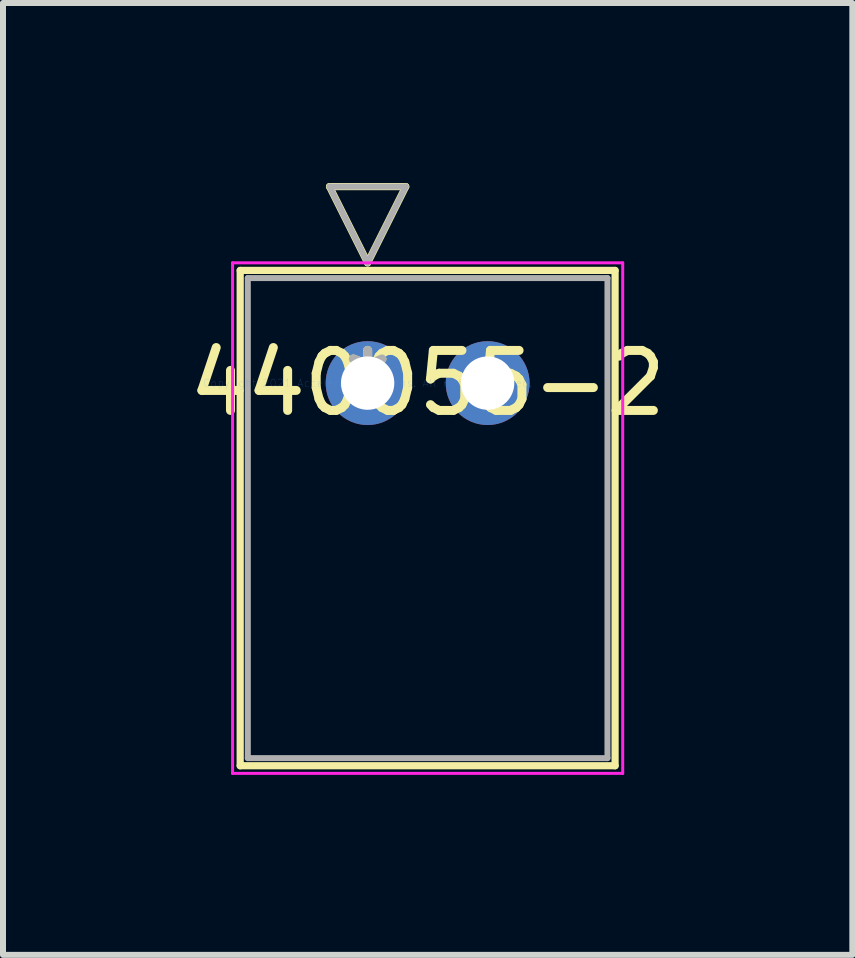
<source format=kicad_pcb>
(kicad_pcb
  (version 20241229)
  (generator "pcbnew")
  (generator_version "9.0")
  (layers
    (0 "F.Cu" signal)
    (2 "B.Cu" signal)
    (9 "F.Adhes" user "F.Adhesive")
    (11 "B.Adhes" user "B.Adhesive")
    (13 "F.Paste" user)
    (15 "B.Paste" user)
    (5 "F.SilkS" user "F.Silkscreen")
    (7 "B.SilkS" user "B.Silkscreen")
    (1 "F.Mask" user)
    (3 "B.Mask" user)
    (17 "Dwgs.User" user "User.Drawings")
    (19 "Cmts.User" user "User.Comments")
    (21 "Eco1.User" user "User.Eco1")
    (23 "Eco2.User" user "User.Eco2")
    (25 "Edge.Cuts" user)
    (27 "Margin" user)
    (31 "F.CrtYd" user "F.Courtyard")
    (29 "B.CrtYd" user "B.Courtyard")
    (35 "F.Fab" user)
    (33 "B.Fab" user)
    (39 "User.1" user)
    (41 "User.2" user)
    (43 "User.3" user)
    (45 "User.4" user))
  (footprint "440055-2"
    (layer "F.Cu")
    (at 3.077 3.335)
    (property "Reference" "440055-2" (at 1 0 0) (layer "F.SilkS") (effects (font (size 1 1) (thickness 0.15))))
    (attr through_hole)
    (fp_line (start -2.124 -1.878) (end -2.124 6.377) (stroke (width 0.12) (type solid)) (layer "F.SilkS"))
    (fp_line (start -2.124 6.377) (end 4.124 6.377) (stroke (width 0.12) (type solid)) (layer "F.SilkS"))
    (fp_line (start -0.635 -3.275) (end 0.635 -3.275) (stroke (width 0.12) (type solid)) (layer "F.SilkS"))
    (fp_line (start 0 -2.005) (end -0.635 -3.275) (stroke (width 0.12) (type solid)) (layer "F.SilkS"))
    (fp_line (start 0.635 -3.275) (end 0 -2.005) (stroke (width 0.12) (type solid)) (layer "F.SilkS"))
    (fp_line (start 4.124 -1.878) (end -2.124 -1.878) (stroke (width 0.12) (type solid)) (layer "F.SilkS"))
    (fp_line (start 4.124 6.377) (end 4.124 -1.878) (stroke (width 0.12) (type solid)) (layer "F.SilkS"))
    (fp_line (start -2.251 -2.005) (end -2.251 6.504) (stroke (width 0.05) (type solid)) (layer "F.CrtYd"))
    (fp_line (start -2.251 6.504) (end 4.251 6.504) (stroke (width 0.05) (type solid)) (layer "F.CrtYd"))
    (fp_line (start 4.251 -2.005) (end -2.251 -2.005) (stroke (width 0.05) (type solid)) (layer "F.CrtYd"))
    (fp_line (start 4.251 6.504) (end 4.251 -2.005) (stroke (width 0.05) (type solid)) (layer "F.CrtYd"))
    (fp_line (start -1.997 -1.751) (end -1.997 6.25) (stroke (width 0.1) (type solid)) (layer "F.Fab"))
    (fp_line (start -1.997 6.25) (end 3.997 6.25) (stroke (width 0.1) (type solid)) (layer "F.Fab"))
    (fp_line (start -0.635 -3.275) (end 0.635 -3.275) (stroke (width 0.1) (type solid)) (layer "F.Fab"))
    (fp_line (start 0 -2.005) (end -0.635 -3.275) (stroke (width 0.1) (type solid)) (layer "F.Fab"))
    (fp_line (start 0.635 -3.275) (end 0 -2.005) (stroke (width 0.1) (type solid)) (layer "F.Fab"))
    (fp_line (start 3.997 -1.751) (end -1.997 -1.751) (stroke (width 0.1) (type solid)) (layer "F.Fab"))
    (fp_line (start 3.997 6.25) (end 3.997 -1.751) (stroke (width 0.1) (type solid)) (layer "F.Fab"))
    (fp_text user "*" (at 0 0 0) (layer "F.SilkS") (effects (font (size 1 1) (thickness 0.15))))
    (fp_text user "Copyright 2021 Accelerated Designs. All rights reserved." (at 0 0 0) (layer "Cmts.User") (effects (font (size 0.127 0.127) (thickness 0.002))))
    (fp_text user "*" (at 0 0 0) (layer "F.Fab") (effects (font (size 1 1) (thickness 0.15))))
    (pad "1" thru_hole circle (at -0.000001 0) (size 1.397 1.397) (drill 0.889) (layers "*.Cu" "*.Mask"))
    (pad "2" thru_hole circle (at 2 0) (size 1.397 1.397) (drill 0.889) (layers "*.Cu" "*.Mask")))
  (gr_rect
    (start -3 -3)
    (end 11.155 12.864)
    (stroke (width 0.1) (type default))
    (fill no)
    (layer "Edge.Cuts")))
</source>
